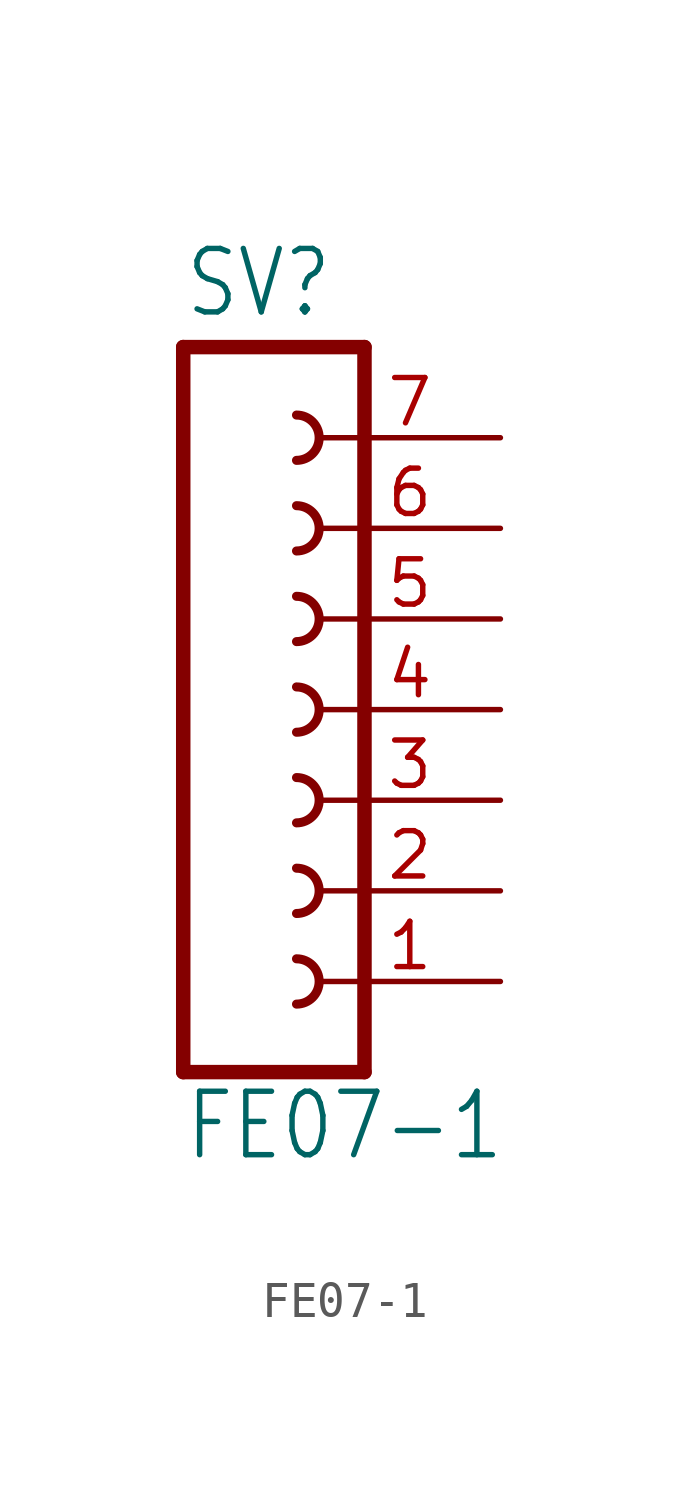
<source format=kicad_sym>
(kicad_symbol_lib
  (version 20211014)
  (generator kicad_symbol_editor)
  (symbol "FE07-1"
    (property "Reference" "SV"
      (at -1.27 10.922 0)
      (effects (font (size 1.778 1.511)) (justify left bottom)))
    (property "Value" "FE07-1"
      (at -1.27 -12.7 0)
      (effects (font (size 1.778 1.511)) (justify left bottom)))
    (property "ki_locked" ""
      (at 0 0 0)
      (effects (font (size 1.27 1.27))))
    (symbol "FE07-1_1_0"
      (polyline (pts (xy -1.27 10.16) (xy -1.27 -10.16)) (stroke (width 0.406) (type default) (color 0 0 0 0)) (fill (type none)))
      (polyline (pts (xy -1.27 10.16) (xy 3.81 10.16)) (stroke (width 0.406) (type default) (color 0 0 0 0)) (fill (type none)))
      (polyline (pts (xy 3.81 -10.16) (xy -1.27 -10.16)) (stroke (width 0.406) (type default) (color 0 0 0 0)) (fill (type none)))
      (polyline (pts (xy 3.81 -10.16) (xy 3.81 10.16)) (stroke (width 0.406) (type default) (color 0 0 0 0)) (fill (type none)))
      (arc (start 1.905 -8.255) (mid 2.54 -7.62) (end 1.905 -6.985) (stroke (width 0.254) (type default) (color 0 0 0 0)) (fill (type none)))
      (arc (start 1.905 -5.715) (mid 2.54 -5.08) (end 1.905 -4.445) (stroke (width 0.254) (type default) (color 0 0 0 0)) (fill (type none)))
      (arc (start 1.905 -3.175) (mid 2.54 -2.54) (end 1.905 -1.905) (stroke (width 0.254) (type default) (color 0 0 0 0)) (fill (type none)))
      (arc (start 1.905 -0.635) (mid 2.54 0) (end 1.905 0.635) (stroke (width 0.254) (type default) (color 0 0 0 0)) (fill (type none)))
      (arc (start 1.905 1.905) (mid 2.54 2.54) (end 1.905 3.175) (stroke (width 0.254) (type default) (color 0 0 0 0)) (fill (type none)))
      (arc (start 1.905 4.445) (mid 2.54 5.08) (end 1.905 5.715) (stroke (width 0.254) (type default) (color 0 0 0 0)) (fill (type none)))
      (arc (start 1.905 6.985) (mid 2.54 7.62) (end 1.905 8.255) (stroke (width 0.254) (type default) (color 0 0 0 0)) (fill (type none)))
      (pin passive line (at 7.62 -7.62 180) (length 5.08) (name "1" (effects (font (size 0 0)))) (number "1" (effects (font (size 1.27 1.27)))))
      (pin passive line (at 7.62 -5.08 180) (length 5.08) (name "2" (effects (font (size 0 0)))) (number "2" (effects (font (size 1.27 1.27)))))
      (pin passive line (at 7.62 -2.54 180) (length 5.08) (name "3" (effects (font (size 0 0)))) (number "3" (effects (font (size 1.27 1.27)))))
      (pin passive line (at 7.62 0 180) (length 5.08) (name "4" (effects (font (size 0 0)))) (number "4" (effects (font (size 1.27 1.27)))))
      (pin passive line (at 7.62 2.54 180) (length 5.08) (name "5" (effects (font (size 0 0)))) (number "5" (effects (font (size 1.27 1.27)))))
      (pin passive line (at 7.62 5.08 180) (length 5.08) (name "6" (effects (font (size 0 0)))) (number "6" (effects (font (size 1.27 1.27)))))
      (pin passive line (at 7.62 7.62 180) (length 5.08) (name "7" (effects (font (size 0 0)))) (number "7" (effects (font (size 1.27 1.27))))))))
</source>
